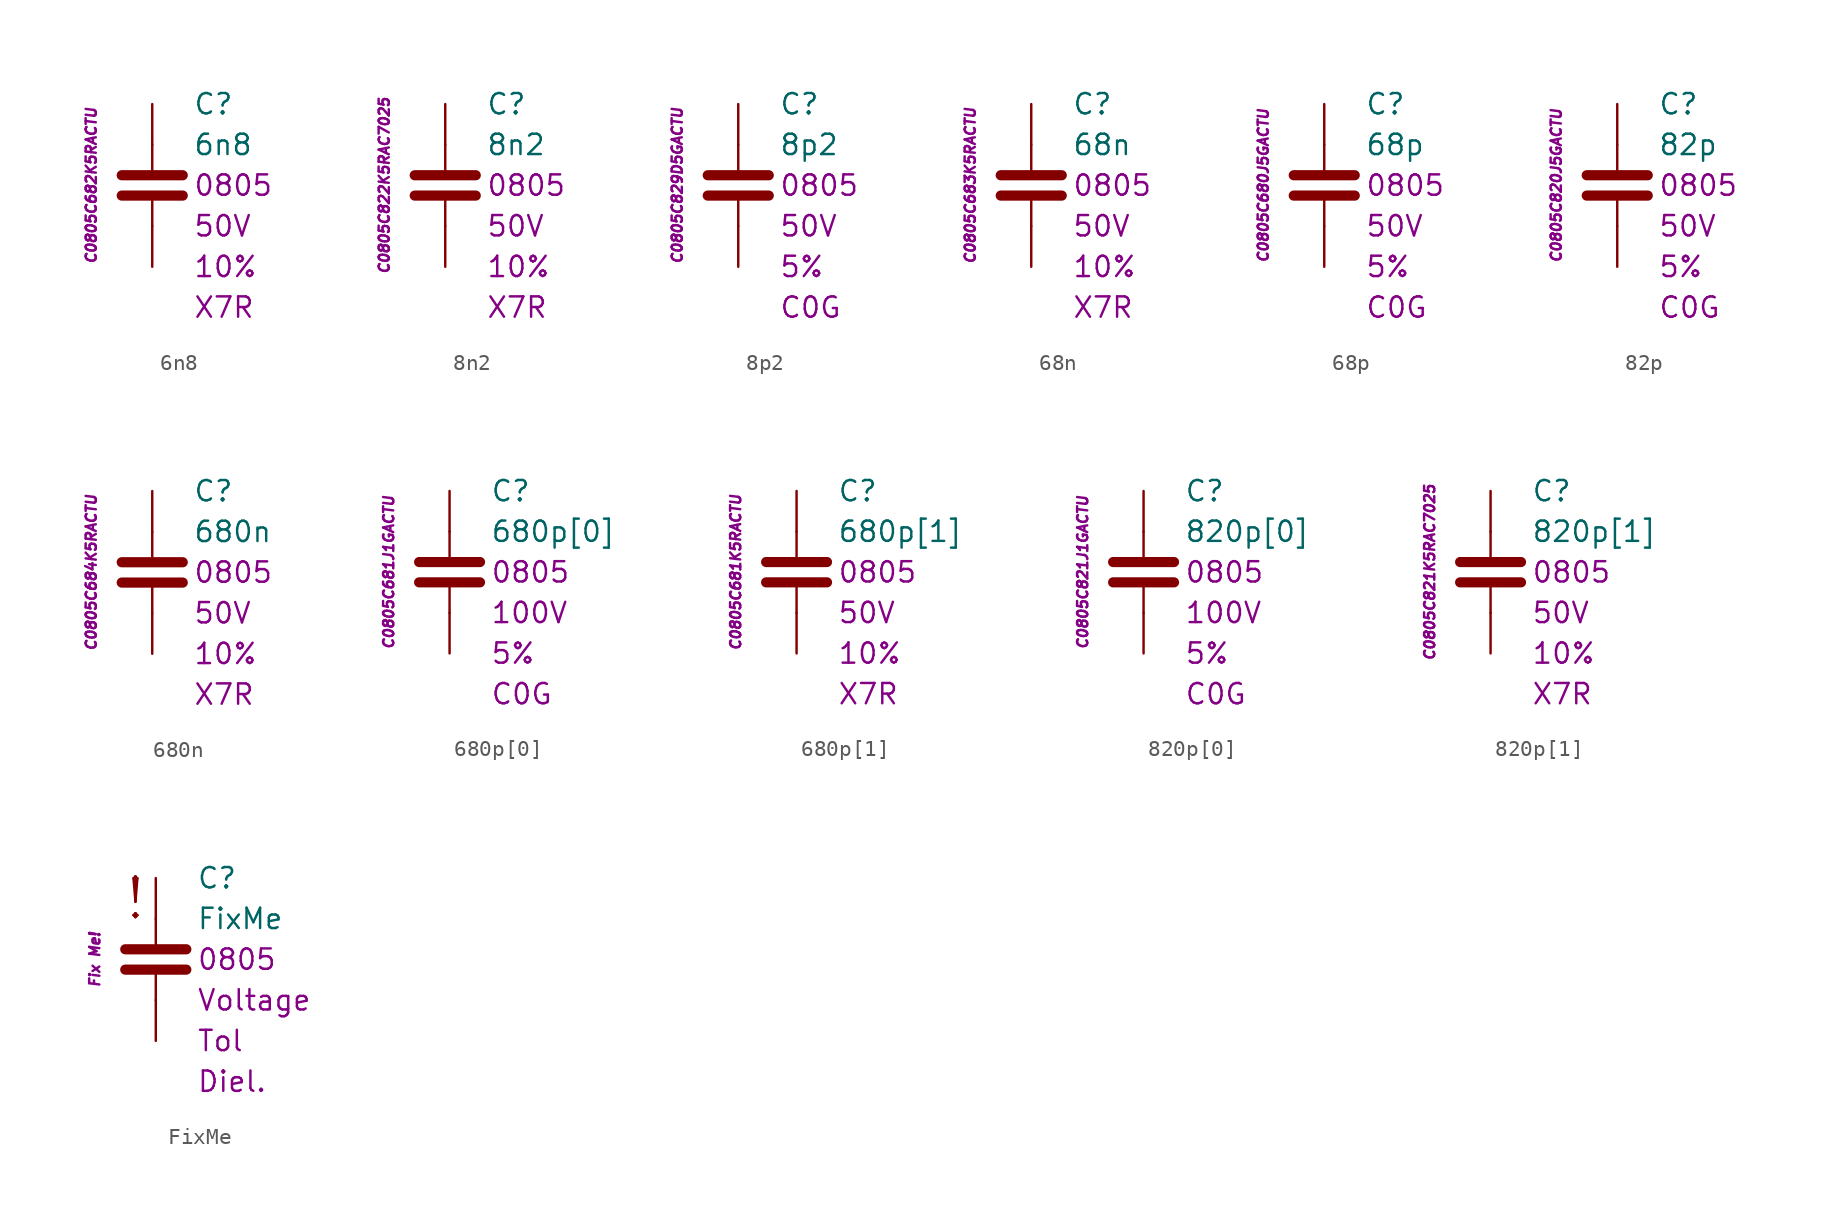
<source format=kicad_sym>
(kicad_symbol_lib
  (version 20201005)
  (generator kicad_symbol_editor)
  (symbol "C.Kemet.MLCC.0805:6n8"
    (pin_numbers hide)
    (pin_names
      (offset 1.016) hide)
    (property "Reference" "C"
      (at 2.54 5.08 0)
      (effects (font (size 1.27 1.27)) (justify left)))
    (property "Value" "6n8"
      (at 2.54 2.54 0)
      (effects (font (size 1.27 1.27)) (justify left)))
    (property "Package" "0805"
      (at 2.54 0 0)
      (effects (font (size 1.27 1.27)) (justify left)))
    (property "Voltage" "50V"
      (at 2.54 -2.54 0)
      (effects (font (size 1.27 1.27)) (justify left)))
    (property "Tolerance" "10%"
      (at 2.54 -5.08 0)
      (effects (font (size 1.27 1.27)) (justify left)))
    (property "Dielectric" "X7R"
      (at 2.54 -7.62 0)
      (effects (font (size 1.27 1.27)) (justify left)))
    (property "ID" "C0805C682K5RACTU"
      (at -3.81 0 90)
      (effects (font (size 0.635 0.635) italic)))
    (symbol "6n8_0_1"
      (polyline (pts (xy -1.905 -0.635) (xy 1.905 -0.635)) (stroke (width 0.635)) (fill (type none)))
      (polyline (pts (xy -1.905 0.635) (xy 1.905 0.635)) (stroke (width 0.635)) (fill (type none)))
      (polyline (pts (xy 0 -2.54) (xy 0 -0.635)) (stroke (width 0.152)) (fill (type none)))
      (polyline (pts (xy 0 0.635) (xy 0 2.54)) (stroke (width 0.152)) (fill (type none))))
    (symbol "6n8_1_1"
      (pin passive line (at 0 5.08 270) (length 2.54) (name "~" (effects (font (size 1.778 1.778)))) (number "1" (effects (font (size 1.778 1.778)))))
      (pin passive line (at 0 -5.08 90) (length 2.54) (name "~" (effects (font (size 1.778 1.778)))) (number "2" (effects (font (size 1.778 1.778)))))))
  (symbol "C.Kemet.MLCC.0805:8n2"
    (pin_numbers hide)
    (pin_names
      (offset 1.016) hide)
    (property "Reference" "C"
      (at 2.54 5.08 0)
      (effects (font (size 1.27 1.27)) (justify left)))
    (property "Value" "8n2"
      (at 2.54 2.54 0)
      (effects (font (size 1.27 1.27)) (justify left)))
    (property "Package" "0805"
      (at 2.54 0 0)
      (effects (font (size 1.27 1.27)) (justify left)))
    (property "Voltage" "50V"
      (at 2.54 -2.54 0)
      (effects (font (size 1.27 1.27)) (justify left)))
    (property "Tolerance" "10%"
      (at 2.54 -5.08 0)
      (effects (font (size 1.27 1.27)) (justify left)))
    (property "Dielectric" "X7R"
      (at 2.54 -7.62 0)
      (effects (font (size 1.27 1.27)) (justify left)))
    (property "ID" "C0805C822K5RAC7025"
      (at -3.81 0 90)
      (effects (font (size 0.635 0.635) italic)))
    (symbol "8n2_0_1"
      (polyline (pts (xy -1.905 -0.635) (xy 1.905 -0.635)) (stroke (width 0.635)) (fill (type none)))
      (polyline (pts (xy -1.905 0.635) (xy 1.905 0.635)) (stroke (width 0.635)) (fill (type none)))
      (polyline (pts (xy 0 -2.54) (xy 0 -0.635)) (stroke (width 0.152)) (fill (type none)))
      (polyline (pts (xy 0 0.635) (xy 0 2.54)) (stroke (width 0.152)) (fill (type none))))
    (symbol "8n2_1_1"
      (pin passive line (at 0 5.08 270) (length 2.54) (name "~" (effects (font (size 1.778 1.778)))) (number "1" (effects (font (size 1.778 1.778)))))
      (pin passive line (at 0 -5.08 90) (length 2.54) (name "~" (effects (font (size 1.778 1.778)))) (number "2" (effects (font (size 1.778 1.778)))))))
  (symbol "C.Kemet.MLCC.0805:8p2"
    (pin_numbers hide)
    (pin_names
      (offset 1.016) hide)
    (property "Reference" "C"
      (at 2.54 5.08 0)
      (effects (font (size 1.27 1.27)) (justify left)))
    (property "Value" "8p2"
      (at 2.54 2.54 0)
      (effects (font (size 1.27 1.27)) (justify left)))
    (property "Package" "0805"
      (at 2.54 0 0)
      (effects (font (size 1.27 1.27)) (justify left)))
    (property "Voltage" "50V"
      (at 2.54 -2.54 0)
      (effects (font (size 1.27 1.27)) (justify left)))
    (property "Tolerance" "5%"
      (at 2.54 -5.08 0)
      (effects (font (size 1.27 1.27)) (justify left)))
    (property "Dielectric" "C0G"
      (at 2.54 -7.62 0)
      (effects (font (size 1.27 1.27)) (justify left)))
    (property "ID" "C0805C829D5GACTU"
      (at -3.81 0 90)
      (effects (font (size 0.635 0.635) italic)))
    (symbol "8p2_0_1"
      (polyline (pts (xy -1.905 -0.635) (xy 1.905 -0.635)) (stroke (width 0.635)) (fill (type none)))
      (polyline (pts (xy -1.905 0.635) (xy 1.905 0.635)) (stroke (width 0.635)) (fill (type none)))
      (polyline (pts (xy 0 -2.54) (xy 0 -0.635)) (stroke (width 0.152)) (fill (type none)))
      (polyline (pts (xy 0 0.635) (xy 0 2.54)) (stroke (width 0.152)) (fill (type none))))
    (symbol "8p2_1_1"
      (pin passive line (at 0 5.08 270) (length 2.54) (name "~" (effects (font (size 1.778 1.778)))) (number "1" (effects (font (size 1.778 1.778)))))
      (pin passive line (at 0 -5.08 90) (length 2.54) (name "~" (effects (font (size 1.778 1.778)))) (number "2" (effects (font (size 1.778 1.778)))))))
  (symbol "C.Kemet.MLCC.0805:68n"
    (pin_numbers hide)
    (pin_names
      (offset 1.016) hide)
    (property "Reference" "C"
      (at 2.54 5.08 0)
      (effects (font (size 1.27 1.27)) (justify left)))
    (property "Value" "68n"
      (at 2.54 2.54 0)
      (effects (font (size 1.27 1.27)) (justify left)))
    (property "Package" "0805"
      (at 2.54 0 0)
      (effects (font (size 1.27 1.27)) (justify left)))
    (property "Voltage" "50V"
      (at 2.54 -2.54 0)
      (effects (font (size 1.27 1.27)) (justify left)))
    (property "Tolerance" "10%"
      (at 2.54 -5.08 0)
      (effects (font (size 1.27 1.27)) (justify left)))
    (property "Dielectric" "X7R"
      (at 2.54 -7.62 0)
      (effects (font (size 1.27 1.27)) (justify left)))
    (property "ID" "C0805C683K5RACTU"
      (at -3.81 0 90)
      (effects (font (size 0.635 0.635) italic)))
    (symbol "68n_0_1"
      (polyline (pts (xy -1.905 -0.635) (xy 1.905 -0.635)) (stroke (width 0.635)) (fill (type none)))
      (polyline (pts (xy -1.905 0.635) (xy 1.905 0.635)) (stroke (width 0.635)) (fill (type none)))
      (polyline (pts (xy 0 -2.54) (xy 0 -0.635)) (stroke (width 0.152)) (fill (type none)))
      (polyline (pts (xy 0 0.635) (xy 0 2.54)) (stroke (width 0.152)) (fill (type none))))
    (symbol "68n_1_1"
      (pin passive line (at 0 5.08 270) (length 2.54) (name "~" (effects (font (size 1.778 1.778)))) (number "1" (effects (font (size 1.778 1.778)))))
      (pin passive line (at 0 -5.08 90) (length 2.54) (name "~" (effects (font (size 1.778 1.778)))) (number "2" (effects (font (size 1.778 1.778)))))))
  (symbol "C.Kemet.MLCC.0805:68p"
    (pin_numbers hide)
    (pin_names
      (offset 1.016) hide)
    (property "Reference" "C"
      (at 2.54 5.08 0)
      (effects (font (size 1.27 1.27)) (justify left)))
    (property "Value" "68p"
      (at 2.54 2.54 0)
      (effects (font (size 1.27 1.27)) (justify left)))
    (property "Package" "0805"
      (at 2.54 0 0)
      (effects (font (size 1.27 1.27)) (justify left)))
    (property "Voltage" "50V"
      (at 2.54 -2.54 0)
      (effects (font (size 1.27 1.27)) (justify left)))
    (property "Tolerance" "5%"
      (at 2.54 -5.08 0)
      (effects (font (size 1.27 1.27)) (justify left)))
    (property "Dielectric" "C0G"
      (at 2.54 -7.62 0)
      (effects (font (size 1.27 1.27)) (justify left)))
    (property "ID" "C0805C680J5GACTU"
      (at -3.81 0 90)
      (effects (font (size 0.635 0.635) italic)))
    (symbol "68p_0_1"
      (polyline (pts (xy -1.905 -0.635) (xy 1.905 -0.635)) (stroke (width 0.635)) (fill (type none)))
      (polyline (pts (xy -1.905 0.635) (xy 1.905 0.635)) (stroke (width 0.635)) (fill (type none)))
      (polyline (pts (xy 0 -2.54) (xy 0 -0.635)) (stroke (width 0.152)) (fill (type none)))
      (polyline (pts (xy 0 0.635) (xy 0 2.54)) (stroke (width 0.152)) (fill (type none))))
    (symbol "68p_1_1"
      (pin passive line (at 0 5.08 270) (length 2.54) (name "~" (effects (font (size 1.778 1.778)))) (number "1" (effects (font (size 1.778 1.778)))))
      (pin passive line (at 0 -5.08 90) (length 2.54) (name "~" (effects (font (size 1.778 1.778)))) (number "2" (effects (font (size 1.778 1.778)))))))
  (symbol "C.Kemet.MLCC.0805:82p"
    (pin_numbers hide)
    (pin_names
      (offset 1.016) hide)
    (property "Reference" "C"
      (at 2.54 5.08 0)
      (effects (font (size 1.27 1.27)) (justify left)))
    (property "Value" "82p"
      (at 2.54 2.54 0)
      (effects (font (size 1.27 1.27)) (justify left)))
    (property "Package" "0805"
      (at 2.54 0 0)
      (effects (font (size 1.27 1.27)) (justify left)))
    (property "Voltage" "50V"
      (at 2.54 -2.54 0)
      (effects (font (size 1.27 1.27)) (justify left)))
    (property "Tolerance" "5%"
      (at 2.54 -5.08 0)
      (effects (font (size 1.27 1.27)) (justify left)))
    (property "Dielectric" "C0G"
      (at 2.54 -7.62 0)
      (effects (font (size 1.27 1.27)) (justify left)))
    (property "ID" "C0805C820J5GACTU"
      (at -3.81 0 90)
      (effects (font (size 0.635 0.635) italic)))
    (symbol "82p_0_1"
      (polyline (pts (xy -1.905 -0.635) (xy 1.905 -0.635)) (stroke (width 0.635)) (fill (type none)))
      (polyline (pts (xy -1.905 0.635) (xy 1.905 0.635)) (stroke (width 0.635)) (fill (type none)))
      (polyline (pts (xy 0 -2.54) (xy 0 -0.635)) (stroke (width 0.152)) (fill (type none)))
      (polyline (pts (xy 0 0.635) (xy 0 2.54)) (stroke (width 0.152)) (fill (type none))))
    (symbol "82p_1_1"
      (pin passive line (at 0 5.08 270) (length 2.54) (name "~" (effects (font (size 1.778 1.778)))) (number "1" (effects (font (size 1.778 1.778)))))
      (pin passive line (at 0 -5.08 90) (length 2.54) (name "~" (effects (font (size 1.778 1.778)))) (number "2" (effects (font (size 1.778 1.778)))))))
  (symbol "C.Kemet.MLCC.0805:680n"
    (pin_numbers hide)
    (pin_names
      (offset 1.016) hide)
    (property "Reference" "C"
      (at 2.54 5.08 0)
      (effects (font (size 1.27 1.27)) (justify left)))
    (property "Value" "680n"
      (at 2.54 2.54 0)
      (effects (font (size 1.27 1.27)) (justify left)))
    (property "Package" "0805"
      (at 2.54 0 0)
      (effects (font (size 1.27 1.27)) (justify left)))
    (property "Voltage" "50V"
      (at 2.54 -2.54 0)
      (effects (font (size 1.27 1.27)) (justify left)))
    (property "Tolerance" "10%"
      (at 2.54 -5.08 0)
      (effects (font (size 1.27 1.27)) (justify left)))
    (property "Dielectric" "X7R"
      (at 2.54 -7.62 0)
      (effects (font (size 1.27 1.27)) (justify left)))
    (property "ID" "C0805C684K5RACTU"
      (at -3.81 0 90)
      (effects (font (size 0.635 0.635) italic)))
    (symbol "680n_0_1"
      (polyline (pts (xy -1.905 -0.635) (xy 1.905 -0.635)) (stroke (width 0.635)) (fill (type none)))
      (polyline (pts (xy -1.905 0.635) (xy 1.905 0.635)) (stroke (width 0.635)) (fill (type none)))
      (polyline (pts (xy 0 -2.54) (xy 0 -0.635)) (stroke (width 0.152)) (fill (type none)))
      (polyline (pts (xy 0 0.635) (xy 0 2.54)) (stroke (width 0.152)) (fill (type none))))
    (symbol "680n_1_1"
      (pin passive line (at 0 5.08 270) (length 2.54) (name "~" (effects (font (size 1.778 1.778)))) (number "1" (effects (font (size 1.778 1.778)))))
      (pin passive line (at 0 -5.08 90) (length 2.54) (name "~" (effects (font (size 1.778 1.778)))) (number "2" (effects (font (size 1.778 1.778)))))))
  (symbol "C.Kemet.MLCC.0805:680p[0]"
    (pin_numbers hide)
    (pin_names
      (offset 1.016) hide)
    (property "Reference" "C"
      (at 2.54 5.08 0)
      (effects (font (size 1.27 1.27)) (justify left)))
    (property "Value" "680p[0]"
      (at 2.54 2.54 0)
      (effects (font (size 1.27 1.27)) (justify left)))
    (property "Package" "0805"
      (at 2.54 0 0)
      (effects (font (size 1.27 1.27)) (justify left)))
    (property "Voltage" "100V"
      (at 2.54 -2.54 0)
      (effects (font (size 1.27 1.27)) (justify left)))
    (property "Tolerance" "5%"
      (at 2.54 -5.08 0)
      (effects (font (size 1.27 1.27)) (justify left)))
    (property "Dielectric" "C0G"
      (at 2.54 -7.62 0)
      (effects (font (size 1.27 1.27)) (justify left)))
    (property "ID" "C0805C681J1GACTU"
      (at -3.81 0 90)
      (effects (font (size 0.635 0.635) italic)))
    (symbol "680p[0]_0_1"
      (polyline (pts (xy -1.905 -0.635) (xy 1.905 -0.635)) (stroke (width 0.635)) (fill (type none)))
      (polyline (pts (xy -1.905 0.635) (xy 1.905 0.635)) (stroke (width 0.635)) (fill (type none)))
      (polyline (pts (xy 0 -2.54) (xy 0 -0.635)) (stroke (width 0.152)) (fill (type none)))
      (polyline (pts (xy 0 0.635) (xy 0 2.54)) (stroke (width 0.152)) (fill (type none))))
    (symbol "680p[0]_1_1"
      (pin passive line (at 0 5.08 270) (length 2.54) (name "~" (effects (font (size 1.778 1.778)))) (number "1" (effects (font (size 1.778 1.778)))))
      (pin passive line (at 0 -5.08 90) (length 2.54) (name "~" (effects (font (size 1.778 1.778)))) (number "2" (effects (font (size 1.778 1.778)))))))
  (symbol "C.Kemet.MLCC.0805:680p[1]"
    (pin_numbers hide)
    (pin_names
      (offset 1.016) hide)
    (property "Reference" "C"
      (at 2.54 5.08 0)
      (effects (font (size 1.27 1.27)) (justify left)))
    (property "Value" "680p[1]"
      (at 2.54 2.54 0)
      (effects (font (size 1.27 1.27)) (justify left)))
    (property "Package" "0805"
      (at 2.54 0 0)
      (effects (font (size 1.27 1.27)) (justify left)))
    (property "Voltage" "50V"
      (at 2.54 -2.54 0)
      (effects (font (size 1.27 1.27)) (justify left)))
    (property "Tolerance" "10%"
      (at 2.54 -5.08 0)
      (effects (font (size 1.27 1.27)) (justify left)))
    (property "Dielectric" "X7R"
      (at 2.54 -7.62 0)
      (effects (font (size 1.27 1.27)) (justify left)))
    (property "ID" "C0805C681K5RACTU"
      (at -3.81 0 90)
      (effects (font (size 0.635 0.635) italic)))
    (symbol "680p[1]_0_1"
      (polyline (pts (xy -1.905 -0.635) (xy 1.905 -0.635)) (stroke (width 0.635)) (fill (type none)))
      (polyline (pts (xy -1.905 0.635) (xy 1.905 0.635)) (stroke (width 0.635)) (fill (type none)))
      (polyline (pts (xy 0 -2.54) (xy 0 -0.635)) (stroke (width 0.152)) (fill (type none)))
      (polyline (pts (xy 0 0.635) (xy 0 2.54)) (stroke (width 0.152)) (fill (type none))))
    (symbol "680p[1]_1_1"
      (pin passive line (at 0 5.08 270) (length 2.54) (name "~" (effects (font (size 1.778 1.778)))) (number "1" (effects (font (size 1.778 1.778)))))
      (pin passive line (at 0 -5.08 90) (length 2.54) (name "~" (effects (font (size 1.778 1.778)))) (number "2" (effects (font (size 1.778 1.778)))))))
  (symbol "C.Kemet.MLCC.0805:820p[0]"
    (pin_numbers hide)
    (pin_names
      (offset 1.016) hide)
    (property "Reference" "C"
      (at 2.54 5.08 0)
      (effects (font (size 1.27 1.27)) (justify left)))
    (property "Value" "820p[0]"
      (at 2.54 2.54 0)
      (effects (font (size 1.27 1.27)) (justify left)))
    (property "Package" "0805"
      (at 2.54 0 0)
      (effects (font (size 1.27 1.27)) (justify left)))
    (property "Voltage" "100V"
      (at 2.54 -2.54 0)
      (effects (font (size 1.27 1.27)) (justify left)))
    (property "Tolerance" "5%"
      (at 2.54 -5.08 0)
      (effects (font (size 1.27 1.27)) (justify left)))
    (property "Dielectric" "C0G"
      (at 2.54 -7.62 0)
      (effects (font (size 1.27 1.27)) (justify left)))
    (property "ID" "C0805C821J1GACTU"
      (at -3.81 0 90)
      (effects (font (size 0.635 0.635) italic)))
    (symbol "820p[0]_0_1"
      (polyline (pts (xy -1.905 -0.635) (xy 1.905 -0.635)) (stroke (width 0.635)) (fill (type none)))
      (polyline (pts (xy -1.905 0.635) (xy 1.905 0.635)) (stroke (width 0.635)) (fill (type none)))
      (polyline (pts (xy 0 -2.54) (xy 0 -0.635)) (stroke (width 0.152)) (fill (type none)))
      (polyline (pts (xy 0 0.635) (xy 0 2.54)) (stroke (width 0.152)) (fill (type none))))
    (symbol "820p[0]_1_1"
      (pin passive line (at 0 5.08 270) (length 2.54) (name "~" (effects (font (size 1.778 1.778)))) (number "1" (effects (font (size 1.778 1.778)))))
      (pin passive line (at 0 -5.08 90) (length 2.54) (name "~" (effects (font (size 1.778 1.778)))) (number "2" (effects (font (size 1.778 1.778)))))))
  (symbol "C.Kemet.MLCC.0805:820p[1]"
    (pin_numbers hide)
    (pin_names
      (offset 1.016) hide)
    (property "Reference" "C"
      (at 2.54 5.08 0)
      (effects (font (size 1.27 1.27)) (justify left)))
    (property "Value" "820p[1]"
      (at 2.54 2.54 0)
      (effects (font (size 1.27 1.27)) (justify left)))
    (property "Package" "0805"
      (at 2.54 0 0)
      (effects (font (size 1.27 1.27)) (justify left)))
    (property "Voltage" "50V"
      (at 2.54 -2.54 0)
      (effects (font (size 1.27 1.27)) (justify left)))
    (property "Tolerance" "10%"
      (at 2.54 -5.08 0)
      (effects (font (size 1.27 1.27)) (justify left)))
    (property "Dielectric" "X7R"
      (at 2.54 -7.62 0)
      (effects (font (size 1.27 1.27)) (justify left)))
    (property "ID" "C0805C821K5RAC7025"
      (at -3.81 0 90)
      (effects (font (size 0.635 0.635) italic)))
    (symbol "820p[1]_0_1"
      (polyline (pts (xy -1.905 -0.635) (xy 1.905 -0.635)) (stroke (width 0.635)) (fill (type none)))
      (polyline (pts (xy -1.905 0.635) (xy 1.905 0.635)) (stroke (width 0.635)) (fill (type none)))
      (polyline (pts (xy 0 -2.54) (xy 0 -0.635)) (stroke (width 0.152)) (fill (type none)))
      (polyline (pts (xy 0 0.635) (xy 0 2.54)) (stroke (width 0.152)) (fill (type none))))
    (symbol "820p[1]_1_1"
      (pin passive line (at 0 5.08 270) (length 2.54) (name "~" (effects (font (size 1.778 1.778)))) (number "1" (effects (font (size 1.778 1.778)))))
      (pin passive line (at 0 -5.08 90) (length 2.54) (name "~" (effects (font (size 1.778 1.778)))) (number "2" (effects (font (size 1.778 1.778)))))))
  (symbol "C.Kemet.MLCC.0805:FixMe"
    (pin_numbers hide)
    (pin_names
      (offset 1.016) hide)
    (property "Reference" "C"
      (at 2.54 5.08 0)
      (effects (font (size 1.27 1.27)) (justify left)))
    (property "Value" "FixMe"
      (at 2.54 2.54 0)
      (effects (font (size 1.27 1.27)) (justify left)))
    (property "Package" "0805"
      (at 2.54 0 0)
      (effects (font (size 1.27 1.27)) (justify left)))
    (property "Voltage" "Voltage"
      (at 2.54 -2.54 0)
      (effects (font (size 1.27 1.27)) (justify left)))
    (property "Tolerance" "Tol"
      (at 2.54 -5.08 0)
      (effects (font (size 1.27 1.27)) (justify left)))
    (property "Dielectric" "Diel."
      (at 2.54 -7.62 0)
      (effects (font (size 1.27 1.27)) (justify left)))
    (property "ID" "Fix Me!"
      (at -3.81 0 90)
      (effects (font (size 0.635 0.635) italic)))
    (symbol "FixMe_0_0"
      (text "!" (at -1.27 3.81 0) (effects (font (size 2.54 2.54)))))
    (symbol "FixMe_0_1"
      (polyline (pts (xy -1.905 -0.635) (xy 1.905 -0.635)) (stroke (width 0.635)) (fill (type none)))
      (polyline (pts (xy -1.905 0.635) (xy 1.905 0.635)) (stroke (width 0.635)) (fill (type none)))
      (polyline (pts (xy 0 -2.54) (xy 0 -0.635)) (stroke (width 0.152)) (fill (type none)))
      (polyline (pts (xy 0 0.635) (xy 0 2.54)) (stroke (width 0.152)) (fill (type none))))
    (symbol "FixMe_1_1"
      (pin passive line (at 0 5.08 270) (length 2.54) (name "~" (effects (font (size 1.778 1.778)))) (number "1" (effects (font (size 1.778 1.778)))))
      (pin passive line (at 0 -5.08 90) (length 2.54) (name "~" (effects (font (size 1.778 1.778)))) (number "2" (effects (font (size 1.778 1.778))))))))
</source>
